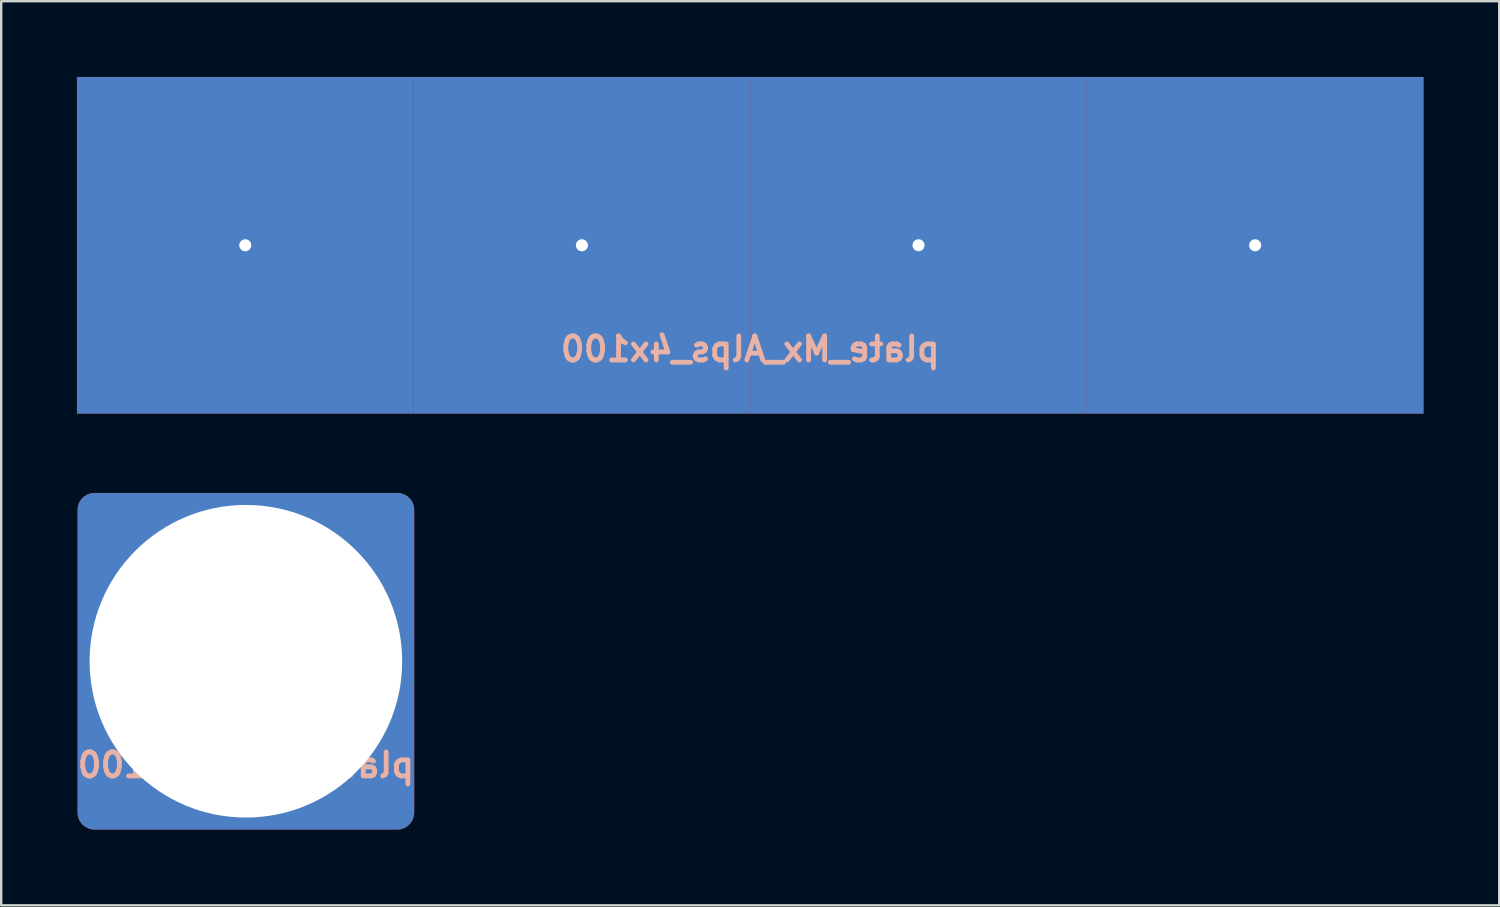
<source format=kicad_pcb>
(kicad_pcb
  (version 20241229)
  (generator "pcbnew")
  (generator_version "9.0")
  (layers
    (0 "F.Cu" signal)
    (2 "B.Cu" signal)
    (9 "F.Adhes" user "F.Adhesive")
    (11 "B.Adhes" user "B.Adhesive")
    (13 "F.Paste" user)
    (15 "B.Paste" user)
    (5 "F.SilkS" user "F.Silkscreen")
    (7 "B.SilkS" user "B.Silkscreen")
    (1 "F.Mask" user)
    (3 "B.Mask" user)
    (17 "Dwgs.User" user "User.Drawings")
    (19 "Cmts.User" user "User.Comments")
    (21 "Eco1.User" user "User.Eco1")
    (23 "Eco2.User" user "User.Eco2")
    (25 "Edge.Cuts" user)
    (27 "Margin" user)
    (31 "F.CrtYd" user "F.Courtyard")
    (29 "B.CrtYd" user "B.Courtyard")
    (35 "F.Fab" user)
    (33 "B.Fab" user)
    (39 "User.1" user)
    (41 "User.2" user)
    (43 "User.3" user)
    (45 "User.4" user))
  (footprint "plate_Mx_Alps_4x100"
    (layer "F.Cu")
    (at 28.15 7.15)
    (property "Reference" "plate_Mx_Alps_4x100" (at 0 4.318 0) (layer "B.SilkS") (effects (font (size 1 1) (thickness 0.2)) (justify mirror)))
    (attr through_hole)
    (fp_line (start -28 -7) (end 28 -7) (stroke (width 0.3) (type solid)) (layer "Eco1.User"))
    (fp_line (start -28 7) (end -28 -7) (stroke (width 0.3) (type solid)) (layer "Eco1.User"))
    (fp_line (start 28 -7) (end 28 7) (stroke (width 0.3) (type solid)) (layer "Eco1.User"))
    (fp_line (start 28 7) (end -28 7) (stroke (width 0.3) (type solid)) (layer "Eco1.User"))
    (pad "" np_thru_hole custom (at -21 0) (size 14 14) (drill oval 0.5) (layers "*.Cu" "*.Mask") (options (anchor rect)) (primitives))
    (pad "" np_thru_hole custom (at -7 0) (size 14 14) (drill oval 0.5) (layers "*.Cu" "*.Mask") (options (anchor rect)) (primitives))
    (pad "" np_thru_hole custom (at 7 0) (size 14 14) (drill oval 0.5) (layers "*.Cu" "*.Mask") (options (anchor rect)) (primitives))
    (pad "" np_thru_hole custom (at 21 0) (size 14 14) (drill oval 0.5) (layers "*.Cu" "*.Mask") (options (anchor rect)) (primitives)))
  (footprint "plate_Mx_Alps_100"
    (layer "F.Cu")
    (at 7.176 24.45)
    (property "Reference" "plate_Mx_Alps_100" (at 0 4.318 0) (layer "B.SilkS") (effects (font (size 1 1) (thickness 0.2)) (justify mirror)))
    (attr through_hole)
    (fp_line (start -7 -7) (end -7 7) (stroke (width 0.3) (type solid)) (layer "Eco1.User"))
    (fp_line (start -7 7) (end 7 7) (stroke (width 0.3) (type solid)) (layer "Eco1.User"))
    (fp_line (start 7 -7) (end -7 -7) (stroke (width 0.3) (type solid)) (layer "Eco1.User"))
    (fp_line (start 7 7) (end 7 -7) (stroke (width 0.3) (type solid)) (layer "Eco1.User"))
    (pad "" np_thru_hole roundrect (at 0 0) (size 14 14) (drill 13) (layers "*.Cu" "*.Mask") (roundrect_rratio 0.05)))
  (gr_rect
    (start -3 -3)
    (end 59.3 34.6)
    (stroke (width 0.1) (type default))
    (fill no)
    (layer "Edge.Cuts")))
</source>
